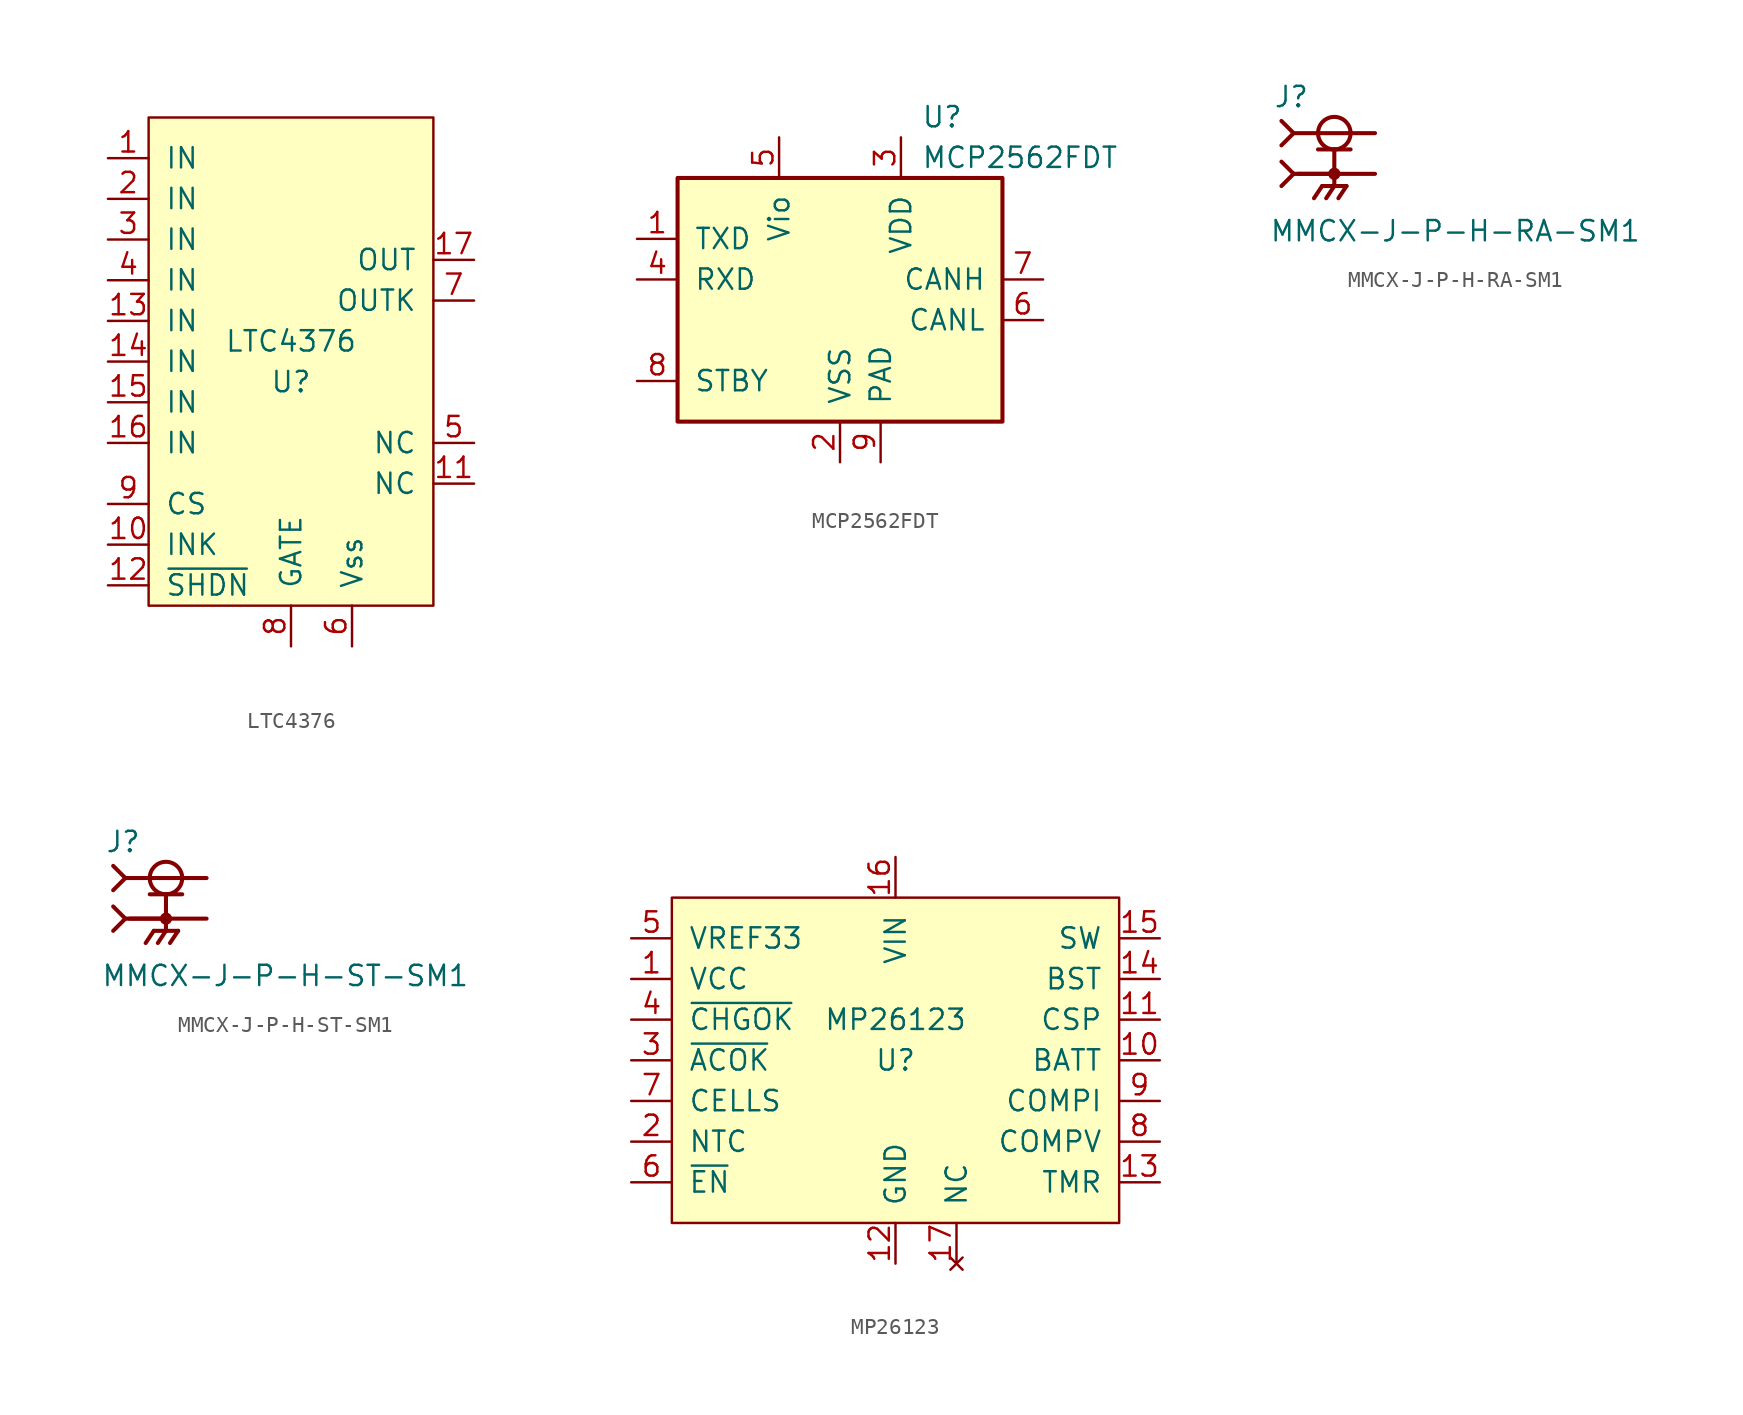
<source format=kicad_sym>
(kicad_symbol_lib
  (version 20211014)
  (generator kicad_symbol_editor)
  (symbol "LTC4376"
    (pin_names
      (offset 1.016))
    (property "Reference" "U"
      (at 0 -1.27 0)
      (effects (font (size 1.27 1.27))))
    (property "Value" "LTC4376"
      (at 0 1.27 0)
      (effects (font (size 1.27 1.27))))
    (symbol "LTC4376_0_1"
      (rectangle (start 8.89 15.24) (end -8.89 -15.24) (stroke (width 0) (type default) (color 0 0 0 0)) (fill (type background))))
    (symbol "LTC4376_1_1"
      (pin input line (at -11.43 12.7 0) (length 2.54) (name "IN" (effects (font (size 1.27 1.27)))) (number "1" (effects (font (size 1.27 1.27)))))
      (pin input line (at -11.43 -11.43 0) (length 2.54) (name "INK" (effects (font (size 1.27 1.27)))) (number "10" (effects (font (size 1.27 1.27)))))
      (pin input line (at 11.43 -7.62 180) (length 2.54) (name "NC" (effects (font (size 1.27 1.27)))) (number "11" (effects (font (size 1.27 1.27)))))
      (pin input line (at -11.43 -13.97 0) (length 2.54) (name "~{SHDN}" (effects (font (size 1.27 1.27)))) (number "12" (effects (font (size 1.27 1.27)))))
      (pin input line (at -11.43 2.54 0) (length 2.54) (name "IN" (effects (font (size 1.27 1.27)))) (number "13" (effects (font (size 1.27 1.27)))))
      (pin input line (at -11.43 0 0) (length 2.54) (name "IN" (effects (font (size 1.27 1.27)))) (number "14" (effects (font (size 1.27 1.27)))))
      (pin input line (at -11.43 -2.54 0) (length 2.54) (name "IN" (effects (font (size 1.27 1.27)))) (number "15" (effects (font (size 1.27 1.27)))))
      (pin input line (at -11.43 -5.08 0) (length 2.54) (name "IN" (effects (font (size 1.27 1.27)))) (number "16" (effects (font (size 1.27 1.27)))))
      (pin input line (at 11.43 6.35 180) (length 2.54) (name "OUT" (effects (font (size 1.27 1.27)))) (number "17" (effects (font (size 1.27 1.27)))))
      (pin input line (at -11.43 10.16 0) (length 2.54) (name "IN" (effects (font (size 1.27 1.27)))) (number "2" (effects (font (size 1.27 1.27)))))
      (pin input line (at -11.43 7.62 0) (length 2.54) (name "IN" (effects (font (size 1.27 1.27)))) (number "3" (effects (font (size 1.27 1.27)))))
      (pin input line (at -11.43 5.08 0) (length 2.54) (name "IN" (effects (font (size 1.27 1.27)))) (number "4" (effects (font (size 1.27 1.27)))))
      (pin input line (at 11.43 -5.08 180) (length 2.54) (name "NC" (effects (font (size 1.27 1.27)))) (number "5" (effects (font (size 1.27 1.27)))))
      (pin input line (at 3.81 -17.78 90) (length 2.54) (name "Vss" (effects (font (size 1.27 1.27)))) (number "6" (effects (font (size 1.27 1.27)))))
      (pin input line (at 11.43 3.81 180) (length 2.54) (name "OUTK" (effects (font (size 1.27 1.27)))) (number "7" (effects (font (size 1.27 1.27)))))
      (pin input line (at 0 -17.78 90) (length 2.54) (name "GATE" (effects (font (size 1.27 1.27)))) (number "8" (effects (font (size 1.27 1.27)))))
      (pin input line (at -11.43 -8.89 0) (length 2.54) (name "CS" (effects (font (size 1.27 1.27)))) (number "9" (effects (font (size 1.27 1.27)))))))
  (symbol "MCP2562FDT"
    (pin_names
      (offset 1.016))
    (property "Reference" "U"
      (at 5.08 11.43 0)
      (effects (font (size 1.27 1.27)) (justify left)))
    (property "Value" "MCP2562FDT"
      (at 5.08 8.89 0)
      (effects (font (size 1.27 1.27)) (justify left)))
    (symbol "MCP2562FDT_0_1"
      (rectangle (start -10.16 7.62) (end 10.16 -7.62) (stroke (width 0.254) (type default) (color 0 0 0 0)) (fill (type background))))
    (symbol "MCP2562FDT_1_1"
      (pin input line (at -12.7 3.81 0) (length 2.54) (name "TXD" (effects (font (size 1.27 1.27)))) (number "1" (effects (font (size 1.27 1.27)))))
      (pin power_in line (at 0 -10.16 90) (length 2.54) (name "VSS" (effects (font (size 1.27 1.27)))) (number "2" (effects (font (size 1.27 1.27)))))
      (pin power_in line (at 3.81 10.16 270) (length 2.54) (name "VDD" (effects (font (size 1.27 1.27)))) (number "3" (effects (font (size 1.27 1.27)))))
      (pin output line (at -12.7 1.27 0) (length 2.54) (name "RXD" (effects (font (size 1.27 1.27)))) (number "4" (effects (font (size 1.27 1.27)))))
      (pin power_in line (at -3.81 10.16 270) (length 2.54) (name "Vio" (effects (font (size 1.27 1.27)))) (number "5" (effects (font (size 1.27 1.27)))))
      (pin bidirectional line (at 12.7 -1.27 180) (length 2.54) (name "CANL" (effects (font (size 1.27 1.27)))) (number "6" (effects (font (size 1.27 1.27)))))
      (pin bidirectional line (at 12.7 1.27 180) (length 2.54) (name "CANH" (effects (font (size 1.27 1.27)))) (number "7" (effects (font (size 1.27 1.27)))))
      (pin input line (at -12.7 -5.08 0) (length 2.54) (name "STBY" (effects (font (size 1.27 1.27)))) (number "8" (effects (font (size 1.27 1.27)))))
      (pin power_in line (at 2.54 -10.16 90) (length 2.54) (name "PAD" (effects (font (size 1.27 1.27)))) (number "9" (effects (font (size 1.27 1.27)))))))
  (symbol "MMCX-J-P-H-RA-SM1"
    (pin_numbers hide)
    (pin_names
      (offset 1.016) hide)
    (property "Reference" "J"
      (at -3.81 4.064 0)
      (effects (font (size 1.27 1.27)) (justify left bottom)))
    (property "Value" "MMCX-J-P-H-RA-SM1"
      (at -4.064 -4.318 0)
      (effects (font (size 1.27 1.27)) (justify left bottom)))
    (property "ki_locked" ""
      (at 0 0 0)
      (effects (font (size 1.27 1.27))))
    (symbol "MMCX-J-P-H-RA-SM1_0_0"
      (polyline (pts (xy -3.302 -0.762) (xy -2.54 0)) (stroke (width 0.254) (type default) (color 0 0 0 0)) (fill (type none)))
      (polyline (pts (xy -3.302 0.762) (xy -2.54 0)) (stroke (width 0.254) (type default) (color 0 0 0 0)) (fill (type none)))
      (polyline (pts (xy -3.302 1.778) (xy -2.54 2.54)) (stroke (width 0.254) (type default) (color 0 0 0 0)) (fill (type none)))
      (polyline (pts (xy -3.302 3.302) (xy -2.54 2.54)) (stroke (width 0.254) (type default) (color 0 0 0 0)) (fill (type none)))
      (polyline (pts (xy -2.54 0) (xy 0 0)) (stroke (width 0.254) (type default) (color 0 0 0 0)) (fill (type none)))
      (polyline (pts (xy -2.54 2.54) (xy 2.54 2.54)) (stroke (width 0.254) (type default) (color 0 0 0 0)) (fill (type none)))
      (polyline (pts (xy -1.016 1.524) (xy 0 1.524)) (stroke (width 0.254) (type default) (color 0 0 0 0)) (fill (type none)))
      (polyline (pts (xy -0.762 -0.762) (xy -1.27 -1.524)) (stroke (width 0.254) (type default) (color 0 0 0 0)) (fill (type none)))
      (polyline (pts (xy 0 -0.762) (xy -0.762 -0.762)) (stroke (width 0.254) (type default) (color 0 0 0 0)) (fill (type none)))
      (polyline (pts (xy 0 -0.762) (xy -0.508 -1.524)) (stroke (width 0.254) (type default) (color 0 0 0 0)) (fill (type none)))
      (polyline (pts (xy 0 -0.762) (xy 0.762 -0.762)) (stroke (width 0.254) (type default) (color 0 0 0 0)) (fill (type none)))
      (polyline (pts (xy 0 0) (xy -2.286 0)) (stroke (width 0.254) (type default) (color 0 0 0 0)) (fill (type none)))
      (polyline (pts (xy 0 0) (xy 0 -0.762)) (stroke (width 0.254) (type default) (color 0 0 0 0)) (fill (type none)))
      (polyline (pts (xy 0 1.524) (xy 0 0)) (stroke (width 0.254) (type default) (color 0 0 0 0)) (fill (type none)))
      (polyline (pts (xy 0 1.524) (xy 1.016 1.524)) (stroke (width 0.254) (type default) (color 0 0 0 0)) (fill (type none)))
      (polyline (pts (xy 0.762 -0.762) (xy 0.254 -1.524)) (stroke (width 0.254) (type default) (color 0 0 0 0)) (fill (type none)))
      (polyline (pts (xy 2.54 0) (xy 0 0)) (stroke (width 0.254) (type default) (color 0 0 0 0)) (fill (type none)))
      (circle (center 0 0) (radius 0.254) (stroke (width 0.254) (type default) (color 0 0 0 0)) (fill (type none)))
      (circle (center 0 2.54) (radius 1.016) (stroke (width 0.254) (type default) (color 0 0 0 0)) (fill (type none)))
      (pin passive line (at 2.54 2.54 180) (length 5.08) (name "~" (effects (font (size 1.016 1.016)))) (number "1" (effects (font (size 1.016 1.016)))))
      (pin passive line (at 2.54 0 180) (length 5.08) (name "~" (effects (font (size 1.016 1.016)))) (number "S1" (effects (font (size 1.016 1.016)))))
      (pin passive line (at 2.54 0 180) (length 5.08) (name "~" (effects (font (size 1.016 1.016)))) (number "S2" (effects (font (size 1.016 1.016)))))
      (pin passive line (at 2.54 0 180) (length 5.08) (name "~" (effects (font (size 1.016 1.016)))) (number "S3" (effects (font (size 1.016 1.016)))))
      (pin passive line (at 2.54 0 180) (length 5.08) (name "~" (effects (font (size 1.016 1.016)))) (number "S4" (effects (font (size 1.016 1.016)))))))
  (symbol "MMCX-J-P-H-ST-SM1"
    (pin_numbers hide)
    (pin_names
      (offset 1.016) hide)
    (property "Reference" "J"
      (at -3.81 4.064 0)
      (effects (font (size 1.27 1.27)) (justify left bottom)))
    (property "Value" "MMCX-J-P-H-ST-SM1"
      (at -4.064 -4.318 0)
      (effects (font (size 1.27 1.27)) (justify left bottom)))
    (property "ki_locked" ""
      (at 0 0 0)
      (effects (font (size 1.27 1.27))))
    (symbol "MMCX-J-P-H-ST-SM1_0_0"
      (polyline (pts (xy -3.302 -0.762) (xy -2.54 0)) (stroke (width 0.254) (type default) (color 0 0 0 0)) (fill (type none)))
      (polyline (pts (xy -3.302 0.762) (xy -2.54 0)) (stroke (width 0.254) (type default) (color 0 0 0 0)) (fill (type none)))
      (polyline (pts (xy -3.302 1.778) (xy -2.54 2.54)) (stroke (width 0.254) (type default) (color 0 0 0 0)) (fill (type none)))
      (polyline (pts (xy -3.302 3.302) (xy -2.54 2.54)) (stroke (width 0.254) (type default) (color 0 0 0 0)) (fill (type none)))
      (polyline (pts (xy -2.54 0) (xy 0 0)) (stroke (width 0.254) (type default) (color 0 0 0 0)) (fill (type none)))
      (polyline (pts (xy -2.54 2.54) (xy 2.54 2.54)) (stroke (width 0.254) (type default) (color 0 0 0 0)) (fill (type none)))
      (polyline (pts (xy -1.016 1.524) (xy 0 1.524)) (stroke (width 0.254) (type default) (color 0 0 0 0)) (fill (type none)))
      (polyline (pts (xy -0.762 -0.762) (xy -1.27 -1.524)) (stroke (width 0.254) (type default) (color 0 0 0 0)) (fill (type none)))
      (polyline (pts (xy 0 -0.762) (xy -0.762 -0.762)) (stroke (width 0.254) (type default) (color 0 0 0 0)) (fill (type none)))
      (polyline (pts (xy 0 -0.762) (xy -0.508 -1.524)) (stroke (width 0.254) (type default) (color 0 0 0 0)) (fill (type none)))
      (polyline (pts (xy 0 -0.762) (xy 0.762 -0.762)) (stroke (width 0.254) (type default) (color 0 0 0 0)) (fill (type none)))
      (polyline (pts (xy 0 0) (xy -2.286 0)) (stroke (width 0.254) (type default) (color 0 0 0 0)) (fill (type none)))
      (polyline (pts (xy 0 0) (xy 0 -0.762)) (stroke (width 0.254) (type default) (color 0 0 0 0)) (fill (type none)))
      (polyline (pts (xy 0 1.524) (xy 0 0)) (stroke (width 0.254) (type default) (color 0 0 0 0)) (fill (type none)))
      (polyline (pts (xy 0 1.524) (xy 1.016 1.524)) (stroke (width 0.254) (type default) (color 0 0 0 0)) (fill (type none)))
      (polyline (pts (xy 0.762 -0.762) (xy 0.254 -1.524)) (stroke (width 0.254) (type default) (color 0 0 0 0)) (fill (type none)))
      (polyline (pts (xy 2.54 0) (xy 0 0)) (stroke (width 0.254) (type default) (color 0 0 0 0)) (fill (type none)))
      (circle (center 0 0) (radius 0.254) (stroke (width 0.254) (type default) (color 0 0 0 0)) (fill (type none)))
      (circle (center 0 2.54) (radius 1.016) (stroke (width 0.254) (type default) (color 0 0 0 0)) (fill (type none)))
      (pin passive line (at 2.54 2.54 180) (length 5.08) (name "~" (effects (font (size 1.016 1.016)))) (number "1" (effects (font (size 1.016 1.016)))))
      (pin passive line (at 2.54 0 180) (length 5.08) (name "~" (effects (font (size 1.016 1.016)))) (number "S1" (effects (font (size 1.016 1.016)))))
      (pin passive line (at 2.54 0 180) (length 5.08) (name "~" (effects (font (size 1.016 1.016)))) (number "S2" (effects (font (size 1.016 1.016)))))
      (pin passive line (at 2.54 0 180) (length 5.08) (name "~" (effects (font (size 1.016 1.016)))) (number "S3" (effects (font (size 1.016 1.016)))))
      (pin passive line (at 2.54 0 180) (length 5.08) (name "~" (effects (font (size 1.016 1.016)))) (number "S4" (effects (font (size 1.016 1.016)))))))
  (symbol "MP26123"
    (pin_names
      (offset 1.016))
    (property "Reference" "U"
      (at 0 0 0)
      (effects (font (size 1.27 1.27))))
    (property "Value" "MP26123"
      (at 0 2.54 0)
      (effects (font (size 1.27 1.27))))
    (symbol "MP26123_0_1"
      (rectangle (start 13.97 10.16) (end -13.97 -10.16) (stroke (width 0) (type default) (color 0 0 0 0)) (fill (type background))))
    (symbol "MP26123_1_1"
      (pin power_in line (at -16.51 5.08 0) (length 2.54) (name "VCC" (effects (font (size 1.27 1.27)))) (number "1" (effects (font (size 1.27 1.27)))))
      (pin input line (at 16.51 0 180) (length 2.54) (name "BATT" (effects (font (size 1.27 1.27)))) (number "10" (effects (font (size 1.27 1.27)))))
      (pin input line (at 16.51 2.54 180) (length 2.54) (name "CSP" (effects (font (size 1.27 1.27)))) (number "11" (effects (font (size 1.27 1.27)))))
      (pin power_in line (at 0 -12.7 90) (length 2.54) (name "GND" (effects (font (size 1.27 1.27)))) (number "12" (effects (font (size 1.27 1.27)))))
      (pin input line (at 16.51 -7.62 180) (length 2.54) (name "TMR" (effects (font (size 1.27 1.27)))) (number "13" (effects (font (size 1.27 1.27)))))
      (pin output line (at 16.51 5.08 180) (length 2.54) (name "BST" (effects (font (size 1.27 1.27)))) (number "14" (effects (font (size 1.27 1.27)))))
      (pin output line (at 16.51 7.62 180) (length 2.54) (name "SW" (effects (font (size 1.27 1.27)))) (number "15" (effects (font (size 1.27 1.27)))))
      (pin input line (at 0 12.7 270) (length 2.54) (name "VIN" (effects (font (size 1.27 1.27)))) (number "16" (effects (font (size 1.27 1.27)))))
      (pin no_connect line (at 3.81 -12.7 90) (length 2.54) (name "NC" (effects (font (size 1.27 1.27)))) (number "17" (effects (font (size 1.27 1.27)))))
      (pin input line (at -16.51 -5.08 0) (length 2.54) (name "NTC" (effects (font (size 1.27 1.27)))) (number "2" (effects (font (size 1.27 1.27)))))
      (pin open_collector line (at -16.51 0 0) (length 2.54) (name "~{ACOK}" (effects (font (size 1.27 1.27)))) (number "3" (effects (font (size 1.27 1.27)))))
      (pin open_collector line (at -16.51 2.54 0) (length 2.54) (name "~{CHGOK}" (effects (font (size 1.27 1.27)))) (number "4" (effects (font (size 1.27 1.27)))))
      (pin output line (at -16.51 7.62 0) (length 2.54) (name "VREF33" (effects (font (size 1.27 1.27)))) (number "5" (effects (font (size 1.27 1.27)))))
      (pin input line (at -16.51 -7.62 0) (length 2.54) (name "~{EN}" (effects (font (size 1.27 1.27)))) (number "6" (effects (font (size 1.27 1.27)))))
      (pin input line (at -16.51 -2.54 0) (length 2.54) (name "CELLS" (effects (font (size 1.27 1.27)))) (number "7" (effects (font (size 1.27 1.27)))))
      (pin input line (at 16.51 -5.08 180) (length 2.54) (name "COMPV" (effects (font (size 1.27 1.27)))) (number "8" (effects (font (size 1.27 1.27)))))
      (pin input line (at 16.51 -2.54 180) (length 2.54) (name "COMPI" (effects (font (size 1.27 1.27)))) (number "9" (effects (font (size 1.27 1.27))))))))
</source>
